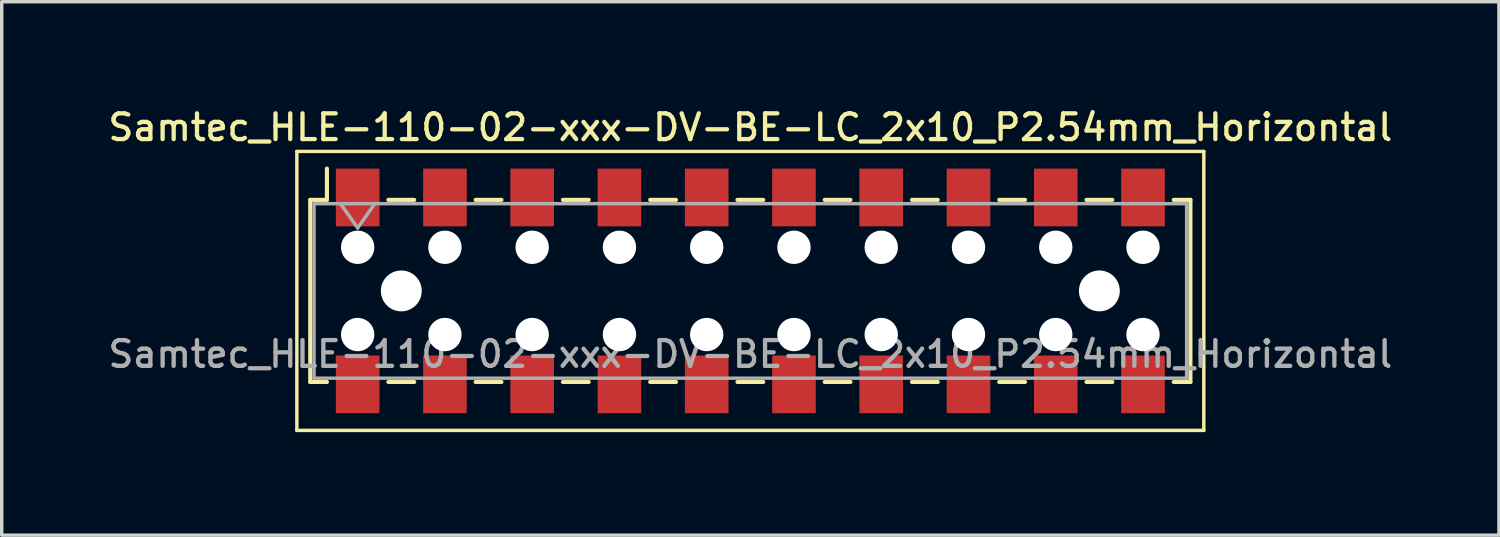
<source format=kicad_pcb>
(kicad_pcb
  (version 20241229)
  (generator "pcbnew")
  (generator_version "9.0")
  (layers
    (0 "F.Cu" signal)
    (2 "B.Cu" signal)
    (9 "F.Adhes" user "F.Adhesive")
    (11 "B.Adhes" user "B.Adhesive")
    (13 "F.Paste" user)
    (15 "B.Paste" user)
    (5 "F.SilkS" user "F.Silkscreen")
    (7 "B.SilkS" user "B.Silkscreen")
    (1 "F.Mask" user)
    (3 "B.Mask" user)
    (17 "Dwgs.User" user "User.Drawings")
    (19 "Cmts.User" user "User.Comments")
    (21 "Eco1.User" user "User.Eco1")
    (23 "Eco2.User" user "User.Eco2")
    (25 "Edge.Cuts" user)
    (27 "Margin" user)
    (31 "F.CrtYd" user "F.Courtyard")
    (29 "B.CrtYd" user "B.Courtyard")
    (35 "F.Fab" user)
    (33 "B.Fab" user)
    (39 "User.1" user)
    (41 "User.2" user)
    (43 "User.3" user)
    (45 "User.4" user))
  (footprint "Samtec_HLE-110-02-xxx-DV-BE-LC_2x10_P2.54mm_Horizontal"
    (layer "F.Cu")
    (at 18.791 5.418)
    (property "Reference" "Samtec_HLE-110-02-xxx-DV-BE-LC_2x10_P2.54mm_Horizontal" (at 0 -4.76 0) (layer "F.SilkS") (effects (font (size 0.75 0.75) (thickness 0.125))))
    (attr smd)
    (fp_line (start -13.2 -4.06) (end 13.2 -4.06) (stroke (width 0.1) (type solid)) (layer "F.SilkS"))
    (fp_line (start -13.2 4.06) (end -13.2 -4.06) (stroke (width 0.1) (type solid)) (layer "F.SilkS"))
    (fp_line (start -12.81 -2.65) (end -12.81 2.65) (stroke (width 0.12) (type solid)) (layer "F.SilkS"))
    (fp_line (start -12.81 2.65) (end -12.325 2.65) (stroke (width 0.12) (type solid)) (layer "F.SilkS"))
    (fp_line (start -12.325 -3.56) (end -12.325 -2.65) (stroke (width 0.12) (type solid)) (layer "F.SilkS"))
    (fp_line (start -12.325 -2.65) (end -12.81 -2.65) (stroke (width 0.12) (type solid)) (layer "F.SilkS"))
    (fp_line (start -10.535 -2.65) (end -9.785 -2.65) (stroke (width 0.12) (type solid)) (layer "F.SilkS"))
    (fp_line (start -10.535 2.65) (end -9.785 2.65) (stroke (width 0.12) (type solid)) (layer "F.SilkS"))
    (fp_line (start -7.995 -2.65) (end -7.245 -2.65) (stroke (width 0.12) (type solid)) (layer "F.SilkS"))
    (fp_line (start -7.995 2.65) (end -7.245 2.65) (stroke (width 0.12) (type solid)) (layer "F.SilkS"))
    (fp_line (start -5.455 -2.65) (end -4.705 -2.65) (stroke (width 0.12) (type solid)) (layer "F.SilkS"))
    (fp_line (start -5.455 2.65) (end -4.705 2.65) (stroke (width 0.12) (type solid)) (layer "F.SilkS"))
    (fp_line (start -2.915 -2.65) (end -2.165 -2.65) (stroke (width 0.12) (type solid)) (layer "F.SilkS"))
    (fp_line (start -2.915 2.65) (end -2.165 2.65) (stroke (width 0.12) (type solid)) (layer "F.SilkS"))
    (fp_line (start -0.375 -2.65) (end 0.375 -2.65) (stroke (width 0.12) (type solid)) (layer "F.SilkS"))
    (fp_line (start -0.375 2.65) (end 0.375 2.65) (stroke (width 0.12) (type solid)) (layer "F.SilkS"))
    (fp_line (start 2.165 -2.65) (end 2.915 -2.65) (stroke (width 0.12) (type solid)) (layer "F.SilkS"))
    (fp_line (start 2.165 2.65) (end 2.915 2.65) (stroke (width 0.12) (type solid)) (layer "F.SilkS"))
    (fp_line (start 4.705 -2.65) (end 5.455 -2.65) (stroke (width 0.12) (type solid)) (layer "F.SilkS"))
    (fp_line (start 4.705 2.65) (end 5.455 2.65) (stroke (width 0.12) (type solid)) (layer "F.SilkS"))
    (fp_line (start 7.245 -2.65) (end 7.995 -2.65) (stroke (width 0.12) (type solid)) (layer "F.SilkS"))
    (fp_line (start 7.245 2.65) (end 7.995 2.65) (stroke (width 0.12) (type solid)) (layer "F.SilkS"))
    (fp_line (start 9.785 -2.65) (end 10.535 -2.65) (stroke (width 0.12) (type solid)) (layer "F.SilkS"))
    (fp_line (start 9.785 2.65) (end 10.535 2.65) (stroke (width 0.12) (type solid)) (layer "F.SilkS"))
    (fp_line (start 12.325 -2.65) (end 12.81 -2.65) (stroke (width 0.12) (type solid)) (layer "F.SilkS"))
    (fp_line (start 12.81 -2.65) (end 12.81 2.65) (stroke (width 0.12) (type solid)) (layer "F.SilkS"))
    (fp_line (start 12.81 2.65) (end 12.325 2.65) (stroke (width 0.12) (type solid)) (layer "F.SilkS"))
    (fp_line (start 13.2 -4.06) (end 13.2 4.06) (stroke (width 0.1) (type solid)) (layer "F.SilkS"))
    (fp_line (start 13.2 4.06) (end -13.2 4.06) (stroke (width 0.1) (type solid)) (layer "F.SilkS"))
    (fp_line (start -12.7 -2.54) (end 12.7 -2.54) (stroke (width 0.1) (type solid)) (layer "F.Fab"))
    (fp_line (start -12.7 2.54) (end -12.7 -2.54) (stroke (width 0.1) (type solid)) (layer "F.Fab"))
    (fp_line (start -11.93 -2.54) (end -11.43 -1.833) (stroke (width 0.1) (type solid)) (layer "F.Fab"))
    (fp_line (start -11.43 -1.833) (end -10.93 -2.54) (stroke (width 0.1) (type solid)) (layer "F.Fab"))
    (fp_line (start 12.7 -2.54) (end 12.7 2.54) (stroke (width 0.1) (type solid)) (layer "F.Fab"))
    (fp_line (start 12.7 2.54) (end -12.7 2.54) (stroke (width 0.1) (type solid)) (layer "F.Fab"))
    (fp_text user "${REFERENCE}" (at 0 1.84 0) (layer "F.Fab") (effects (font (size 0.75 0.75) (thickness 0.125))))
    (pad "" np_thru_hole circle (at -11.43 -1.27) (size 0.97 0.97) (drill 0.97) (layers "*.Cu" "*.Mask"))
    (pad "" np_thru_hole circle (at -11.43 1.27) (size 0.97 0.97) (drill 0.97) (layers "*.Cu" "*.Mask"))
    (pad "" np_thru_hole circle (at -10.16 0) (size 1.19 1.19) (drill 1.19) (layers "*.Cu" "*.Mask"))
    (pad "" np_thru_hole circle (at -8.89 -1.27) (size 0.97 0.97) (drill 0.97) (layers "*.Cu" "*.Mask"))
    (pad "" np_thru_hole circle (at -8.89 1.27) (size 0.97 0.97) (drill 0.97) (layers "*.Cu" "*.Mask"))
    (pad "" np_thru_hole circle (at -6.35 -1.27) (size 0.97 0.97) (drill 0.97) (layers "*.Cu" "*.Mask"))
    (pad "" np_thru_hole circle (at -6.35 1.27) (size 0.97 0.97) (drill 0.97) (layers "*.Cu" "*.Mask"))
    (pad "" np_thru_hole circle (at -3.81 -1.27) (size 0.97 0.97) (drill 0.97) (layers "*.Cu" "*.Mask"))
    (pad "" np_thru_hole circle (at -3.81 1.27) (size 0.97 0.97) (drill 0.97) (layers "*.Cu" "*.Mask"))
    (pad "" np_thru_hole circle (at -1.27 -1.27) (size 0.97 0.97) (drill 0.97) (layers "*.Cu" "*.Mask"))
    (pad "" np_thru_hole circle (at -1.27 1.27) (size 0.97 0.97) (drill 0.97) (layers "*.Cu" "*.Mask"))
    (pad "" np_thru_hole circle (at 1.27 -1.27) (size 0.97 0.97) (drill 0.97) (layers "*.Cu" "*.Mask"))
    (pad "" np_thru_hole circle (at 1.27 1.27) (size 0.97 0.97) (drill 0.97) (layers "*.Cu" "*.Mask"))
    (pad "" np_thru_hole circle (at 3.81 -1.27) (size 0.97 0.97) (drill 0.97) (layers "*.Cu" "*.Mask"))
    (pad "" np_thru_hole circle (at 3.81 1.27) (size 0.97 0.97) (drill 0.97) (layers "*.Cu" "*.Mask"))
    (pad "" np_thru_hole circle (at 6.35 -1.27) (size 0.97 0.97) (drill 0.97) (layers "*.Cu" "*.Mask"))
    (pad "" np_thru_hole circle (at 6.35 1.27) (size 0.97 0.97) (drill 0.97) (layers "*.Cu" "*.Mask"))
    (pad "" np_thru_hole circle (at 8.89 -1.27) (size 0.97 0.97) (drill 0.97) (layers "*.Cu" "*.Mask"))
    (pad "" np_thru_hole circle (at 8.89 1.27) (size 0.97 0.97) (drill 0.97) (layers "*.Cu" "*.Mask"))
    (pad "" np_thru_hole circle (at 10.16 0) (size 1.19 1.19) (drill 1.19) (layers "*.Cu" "*.Mask"))
    (pad "" np_thru_hole circle (at 11.43 -1.27) (size 0.97 0.97) (drill 0.97) (layers "*.Cu" "*.Mask"))
    (pad "" np_thru_hole circle (at 11.43 1.27) (size 0.97 0.97) (drill 0.97) (layers "*.Cu" "*.Mask"))
    (pad "1" smd rect (at -11.43 -2.72) (size 1.27 1.68) (layers "F.Cu" "F.Mask" "F.Paste"))
    (pad "2" smd rect (at -11.43 2.72) (size 1.27 1.68) (layers "F.Cu" "F.Mask" "F.Paste"))
    (pad "3" smd rect (at -8.89 -2.72) (size 1.27 1.68) (layers "F.Cu" "F.Mask" "F.Paste"))
    (pad "4" smd rect (at -8.89 2.72) (size 1.27 1.68) (layers "F.Cu" "F.Mask" "F.Paste"))
    (pad "5" smd rect (at -6.35 -2.72) (size 1.27 1.68) (layers "F.Cu" "F.Mask" "F.Paste"))
    (pad "6" smd rect (at -6.35 2.72) (size 1.27 1.68) (layers "F.Cu" "F.Mask" "F.Paste"))
    (pad "7" smd rect (at -3.81 -2.72) (size 1.27 1.68) (layers "F.Cu" "F.Mask" "F.Paste"))
    (pad "8" smd rect (at -3.81 2.72) (size 1.27 1.68) (layers "F.Cu" "F.Mask" "F.Paste"))
    (pad "9" smd rect (at -1.27 -2.72) (size 1.27 1.68) (layers "F.Cu" "F.Mask" "F.Paste"))
    (pad "10" smd rect (at -1.27 2.72) (size 1.27 1.68) (layers "F.Cu" "F.Mask" "F.Paste"))
    (pad "11" smd rect (at 1.27 -2.72) (size 1.27 1.68) (layers "F.Cu" "F.Mask" "F.Paste"))
    (pad "12" smd rect (at 1.27 2.72) (size 1.27 1.68) (layers "F.Cu" "F.Mask" "F.Paste"))
    (pad "13" smd rect (at 3.81 -2.72) (size 1.27 1.68) (layers "F.Cu" "F.Mask" "F.Paste"))
    (pad "14" smd rect (at 3.81 2.72) (size 1.27 1.68) (layers "F.Cu" "F.Mask" "F.Paste"))
    (pad "15" smd rect (at 6.35 -2.72) (size 1.27 1.68) (layers "F.Cu" "F.Mask" "F.Paste"))
    (pad "16" smd rect (at 6.35 2.72) (size 1.27 1.68) (layers "F.Cu" "F.Mask" "F.Paste"))
    (pad "17" smd rect (at 8.89 -2.72) (size 1.27 1.68) (layers "F.Cu" "F.Mask" "F.Paste"))
    (pad "18" smd rect (at 8.89 2.72) (size 1.27 1.68) (layers "F.Cu" "F.Mask" "F.Paste"))
    (pad "19" smd rect (at 11.43 -2.72) (size 1.27 1.68) (layers "F.Cu" "F.Mask" "F.Paste"))
    (pad "20" smd rect (at 11.43 2.72) (size 1.27 1.68) (layers "F.Cu" "F.Mask" "F.Paste")))
  (gr_rect
    (start -3 -3)
    (end 40.582 12.528)
    (stroke (width 0.1) (type default))
    (fill no)
    (layer "Edge.Cuts")))
</source>
